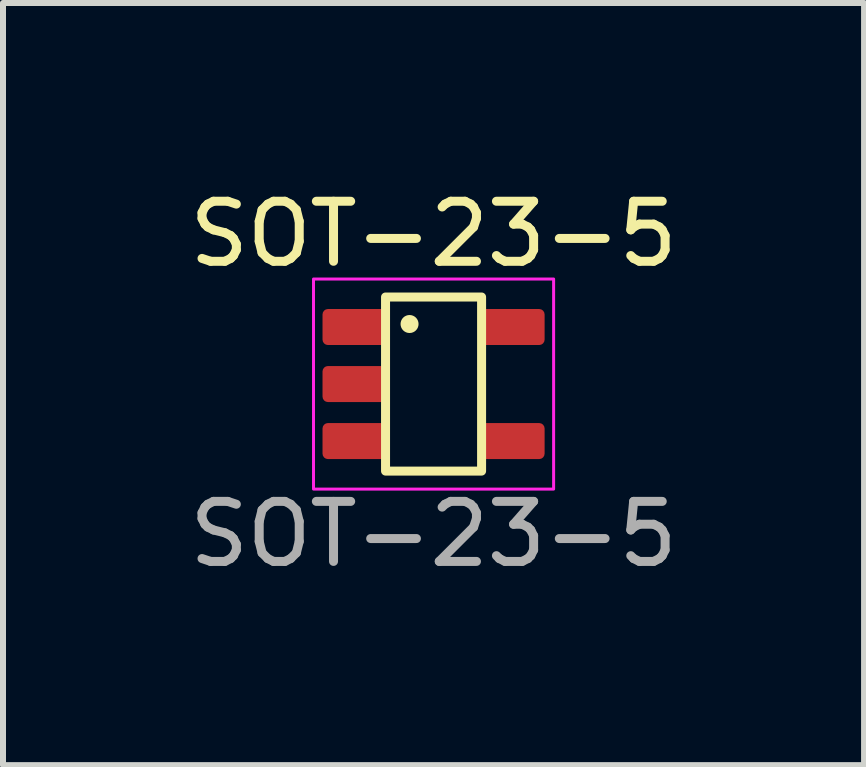
<source format=kicad_pcb>
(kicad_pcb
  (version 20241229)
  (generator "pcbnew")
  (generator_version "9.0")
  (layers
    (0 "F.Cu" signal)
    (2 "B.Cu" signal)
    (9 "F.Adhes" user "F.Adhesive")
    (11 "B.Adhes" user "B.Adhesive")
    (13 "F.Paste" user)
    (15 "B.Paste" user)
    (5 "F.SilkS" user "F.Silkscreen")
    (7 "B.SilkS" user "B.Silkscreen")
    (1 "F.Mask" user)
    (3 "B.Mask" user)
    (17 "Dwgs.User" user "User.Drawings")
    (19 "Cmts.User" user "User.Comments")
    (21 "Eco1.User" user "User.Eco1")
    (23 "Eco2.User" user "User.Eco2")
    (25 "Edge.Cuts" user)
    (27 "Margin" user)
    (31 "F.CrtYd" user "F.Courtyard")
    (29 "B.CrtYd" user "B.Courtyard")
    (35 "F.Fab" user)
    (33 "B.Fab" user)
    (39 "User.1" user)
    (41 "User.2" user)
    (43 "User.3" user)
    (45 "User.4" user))
  (footprint "SOT-23-5"
    (layer "F.Cu")
    (at 4.173 3.348)
    (property "Reference" "SOT-23-5" (at 0 -2.5 0) (unlocked yes) (layer "F.SilkS") (effects (font (size 1 1) (thickness 0.15))))
    (attr smd)
    (fp_rect (start -0.8 -1.45) (end 0.8 1.45) (stroke (width 0.15) (type solid)) (fill no) (layer "F.SilkS"))
    (fp_circle (center -0.4 -1) (end -0.325 -1) (stroke (width 0.15) (type solid)) (fill no) (layer "F.SilkS"))
    (fp_rect (start -2 -1.75) (end 2 1.75) (stroke (width 0.05) (type solid)) (fill no) (layer "F.CrtYd"))
    (fp_text user "${REFERENCE}" (at 0 2.5 0) (unlocked yes) (layer "F.Fab") (effects (font (size 1 1) (thickness 0.15))))
    (pad "1" smd roundrect (at -1.3 -0.95) (size 1.1 0.6) (layers "F.Cu" "F.Mask" "F.Paste") (roundrect_rratio 0.15))
    (pad "2" smd roundrect (at -1.3 0) (size 1.1 0.6) (layers "F.Cu" "F.Mask" "F.Paste") (roundrect_rratio 0.15))
    (pad "3" smd roundrect (at -1.3 0.95) (size 1.1 0.6) (layers "F.Cu" "F.Mask" "F.Paste") (roundrect_rratio 0.15))
    (pad "4" smd roundrect (at 1.3 0.95) (size 1.1 0.6) (layers "F.Cu" "F.Mask" "F.Paste") (roundrect_rratio 0.15))
    (pad "5" smd roundrect (at 1.3 -0.95) (size 1.1 0.6) (layers "F.Cu" "F.Mask" "F.Paste") (roundrect_rratio 0.15)))
  (gr_rect
    (start -3 -3)
    (end 11.345 9.697)
    (stroke (width 0.1) (type default))
    (fill no)
    (layer "Edge.Cuts")))
</source>
